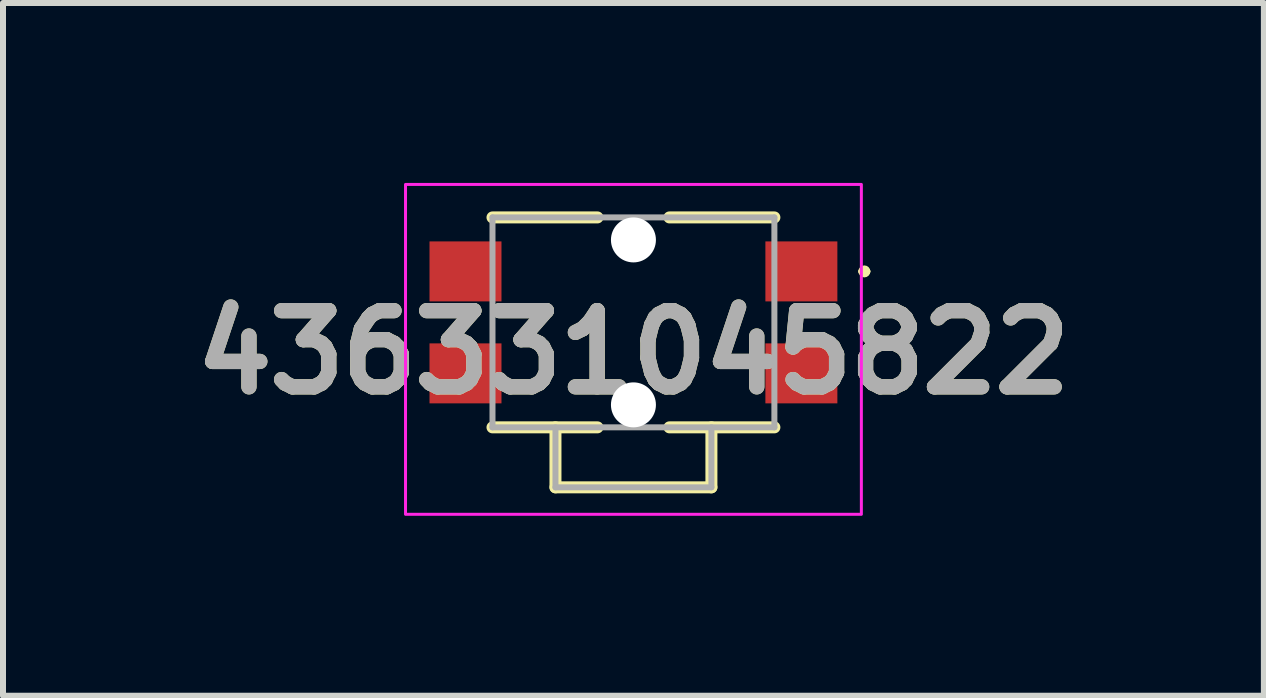
<source format=kicad_pcb>
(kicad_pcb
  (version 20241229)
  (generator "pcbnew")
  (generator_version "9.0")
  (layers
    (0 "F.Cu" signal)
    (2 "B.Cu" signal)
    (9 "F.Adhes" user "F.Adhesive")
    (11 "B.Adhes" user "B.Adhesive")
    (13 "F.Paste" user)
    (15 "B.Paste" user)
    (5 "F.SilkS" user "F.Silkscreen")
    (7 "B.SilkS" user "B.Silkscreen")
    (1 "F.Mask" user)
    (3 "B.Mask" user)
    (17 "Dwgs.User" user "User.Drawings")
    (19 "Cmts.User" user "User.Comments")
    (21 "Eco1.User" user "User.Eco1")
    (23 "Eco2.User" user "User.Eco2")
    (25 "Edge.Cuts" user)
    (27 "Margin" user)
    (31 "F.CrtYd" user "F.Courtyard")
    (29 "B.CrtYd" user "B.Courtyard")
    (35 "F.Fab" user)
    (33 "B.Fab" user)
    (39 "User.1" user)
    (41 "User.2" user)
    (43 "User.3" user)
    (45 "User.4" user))
  (footprint "436331045822"
    (layer "F.Cu")
    (at 7.511 2.825)
    (property "Reference" "436331045822" (at 0 0 0) (layer "F.SilkS") (effects (font (size 1.27 1.27) (thickness 0.254))))
    (attr through_hole)
    (fp_line (start -2.35 -2.25) (end -0.6 -2.25) (stroke (width 0.2) (type solid)) (layer "F.SilkS"))
    (fp_line (start -2.35 1.25) (end -0.6 1.25) (stroke (width 0.2) (type solid)) (layer "F.SilkS"))
    (fp_line (start -1.3 1.25) (end -1.3 2.25) (stroke (width 0.2) (type solid)) (layer "F.SilkS"))
    (fp_line (start -1.3 2.25) (end 1.3 2.25) (stroke (width 0.2) (type solid)) (layer "F.SilkS"))
    (fp_line (start 0.6 -2.25) (end 2.35 -2.25) (stroke (width 0.2) (type solid)) (layer "F.SilkS"))
    (fp_line (start 0.6 1.25) (end 2.35 1.25) (stroke (width 0.2) (type solid)) (layer "F.SilkS"))
    (fp_line (start 1.3 2.25) (end 1.3 1.25) (stroke (width 0.2) (type solid)) (layer "F.SilkS"))
    (fp_line (start 3.8 -1.35) (end 3.8 -1.35) (stroke (width 0.1) (type solid)) (layer "F.SilkS"))
    (fp_line (start 3.9 -1.35) (end 3.9 -1.35) (stroke (width 0.1) (type solid)) (layer "F.SilkS"))
    (fp_arc (start 3.8 -1.35) (mid 3.85 -1.4) (end 3.9 -1.35) (stroke (width 0.1) (type solid)) (layer "F.SilkS"))
    (fp_arc (start 3.9 -1.35) (mid 3.85 -1.3) (end 3.8 -1.35) (stroke (width 0.1) (type solid)) (layer "F.SilkS"))
    (fp_rect (start -3.8 -2.8) (end 3.8 2.7) (stroke (width 0.05) (type default)) (fill no) (layer "F.CrtYd"))
    (fp_line (start -2.35 -2.25) (end 2.35 -2.25) (stroke (width 0.1) (type solid)) (layer "F.Fab"))
    (fp_line (start -2.35 1.25) (end -2.35 -2.25) (stroke (width 0.1) (type solid)) (layer "F.Fab"))
    (fp_line (start -1.3 1.25) (end -1.3 2.25) (stroke (width 0.1) (type solid)) (layer "F.Fab"))
    (fp_line (start -1.3 2.25) (end 1.3 2.25) (stroke (width 0.1) (type solid)) (layer "F.Fab"))
    (fp_line (start 1.3 2.25) (end 1.3 1.25) (stroke (width 0.1) (type solid)) (layer "F.Fab"))
    (fp_line (start 2.35 -2.25) (end 2.35 1.25) (stroke (width 0.1) (type solid)) (layer "F.Fab"))
    (fp_line (start 2.35 1.25) (end -2.35 1.25) (stroke (width 0.1) (type solid)) (layer "F.Fab"))
    (fp_text user "${REFERENCE}" (at 0 0 0) (layer "F.Fab") (effects (font (size 1.27 1.27) (thickness 0.254))))
    (pad "" np_thru_hole circle (at 0 -1.875) (size 0.75 0.75) (drill 0.75) (layers "*.Cu" "*.Mask"))
    (pad "" np_thru_hole circle (at 0 0.875) (size 0.75 0.75) (drill 0.75) (layers "*.Cu" "*.Mask"))
    (pad "1" smd rect (at 2.8 -1.35 90) (size 1 1.2) (layers "F.Cu" "F.Mask" "F.Paste"))
    (pad "2" smd rect (at 2.8 0.35 90) (size 1 1.2) (layers "F.Cu" "F.Mask" "F.Paste"))
    (pad "3" smd rect (at -2.8 -1.35 90) (size 1 1.2) (layers "F.Cu" "F.Mask" "F.Paste"))
    (pad "4" smd rect (at -2.8 0.35 90) (size 1 1.2) (layers "F.Cu" "F.Mask" "F.Paste")))
  (gr_rect
    (start -3 -3)
    (end 18.022 8.55)
    (stroke (width 0.1) (type default))
    (fill no)
    (layer "Edge.Cuts")))
</source>
